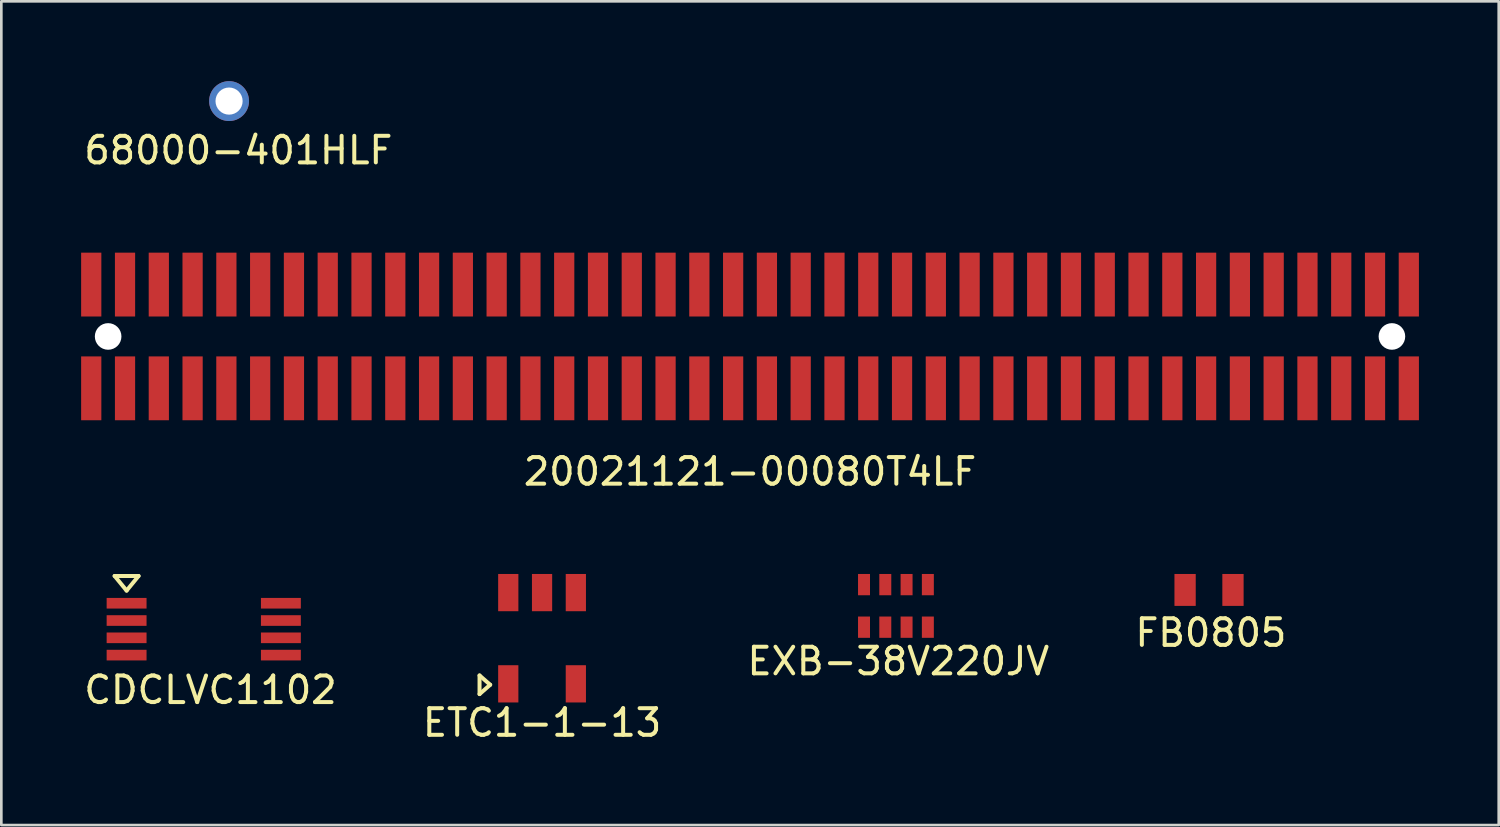
<source format=kicad_pcb>
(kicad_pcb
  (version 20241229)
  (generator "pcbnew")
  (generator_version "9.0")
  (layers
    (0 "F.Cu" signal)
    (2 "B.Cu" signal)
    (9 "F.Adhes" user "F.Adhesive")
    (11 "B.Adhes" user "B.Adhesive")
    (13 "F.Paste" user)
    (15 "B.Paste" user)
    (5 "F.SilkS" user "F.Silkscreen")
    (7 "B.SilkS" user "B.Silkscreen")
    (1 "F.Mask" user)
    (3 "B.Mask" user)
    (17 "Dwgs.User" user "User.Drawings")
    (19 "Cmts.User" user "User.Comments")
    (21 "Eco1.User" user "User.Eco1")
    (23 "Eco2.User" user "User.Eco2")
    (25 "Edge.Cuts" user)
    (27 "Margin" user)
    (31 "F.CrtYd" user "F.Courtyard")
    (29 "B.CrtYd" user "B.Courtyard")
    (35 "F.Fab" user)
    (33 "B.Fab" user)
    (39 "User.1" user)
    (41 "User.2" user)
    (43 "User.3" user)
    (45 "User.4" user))
  (footprint "20021121-00080T4LF"
    (layer "F.Cu")
    (at 25.145 9.598)
    (property "Reference" "20021121-00080T4LF" (at 0 5.08 0) (layer "F.SilkS") (effects (font (size 1 1) (thickness 0.15))))
    (attr smd)
    (pad "" np_thru_hole circle (at -24.13 0) (size 1 1) (drill 1) (layers "*.Cu" "*.Mask"))
    (pad "" np_thru_hole circle (at 24.13 0) (size 1 1) (drill 1) (layers "*.Cu" "*.Mask"))
    (pad "1" smd rect (at -24.765 -1.95) (size 0.76 2.4) (layers "F.Cu" "F.Mask" "F.Paste"))
    (pad "2" smd rect (at -24.765 1.95) (size 0.76 2.4) (layers "F.Cu" "F.Mask" "F.Paste"))
    (pad "3" smd rect (at -23.495 -1.95) (size 0.76 2.4) (layers "F.Cu" "F.Mask" "F.Paste"))
    (pad "4" smd rect (at -23.495 1.95) (size 0.76 2.4) (layers "F.Cu" "F.Mask" "F.Paste"))
    (pad "5" smd rect (at -22.225 -1.95) (size 0.76 2.4) (layers "F.Cu" "F.Mask" "F.Paste"))
    (pad "6" smd rect (at -22.225 1.95) (size 0.76 2.4) (layers "F.Cu" "F.Mask" "F.Paste"))
    (pad "7" smd rect (at -20.955 -1.95) (size 0.76 2.4) (layers "F.Cu" "F.Mask" "F.Paste"))
    (pad "8" smd rect (at -20.955 1.95) (size 0.76 2.4) (layers "F.Cu" "F.Mask" "F.Paste"))
    (pad "9" smd rect (at -19.685 -1.95) (size 0.76 2.4) (layers "F.Cu" "F.Mask" "F.Paste"))
    (pad "10" smd rect (at -19.685 1.95) (size 0.76 2.4) (layers "F.Cu" "F.Mask" "F.Paste"))
    (pad "11" smd rect (at -18.415 -1.95) (size 0.76 2.4) (layers "F.Cu" "F.Mask" "F.Paste"))
    (pad "12" smd rect (at -18.415 1.95) (size 0.76 2.4) (layers "F.Cu" "F.Mask" "F.Paste"))
    (pad "13" smd rect (at -17.145 -1.95) (size 0.76 2.4) (layers "F.Cu" "F.Mask" "F.Paste"))
    (pad "14" smd rect (at -17.145 1.95) (size 0.76 2.4) (layers "F.Cu" "F.Mask" "F.Paste"))
    (pad "15" smd rect (at -15.875 -1.95) (size 0.76 2.4) (layers "F.Cu" "F.Mask" "F.Paste"))
    (pad "16" smd rect (at -15.875 1.95) (size 0.76 2.4) (layers "F.Cu" "F.Mask" "F.Paste"))
    (pad "17" smd rect (at -14.605 -1.95) (size 0.76 2.4) (layers "F.Cu" "F.Mask" "F.Paste"))
    (pad "18" smd rect (at -14.605 1.95) (size 0.76 2.4) (layers "F.Cu" "F.Mask" "F.Paste"))
    (pad "19" smd rect (at -13.335 -1.95) (size 0.76 2.4) (layers "F.Cu" "F.Mask" "F.Paste"))
    (pad "20" smd rect (at -13.335 1.95) (size 0.76 2.4) (layers "F.Cu" "F.Mask" "F.Paste"))
    (pad "21" smd rect (at -12.065 -1.95) (size 0.76 2.4) (layers "F.Cu" "F.Mask" "F.Paste"))
    (pad "22" smd rect (at -12.065 1.95) (size 0.76 2.4) (layers "F.Cu" "F.Mask" "F.Paste"))
    (pad "23" smd rect (at -10.795 -1.95) (size 0.76 2.4) (layers "F.Cu" "F.Mask" "F.Paste"))
    (pad "24" smd rect (at -10.795 1.95) (size 0.76 2.4) (layers "F.Cu" "F.Mask" "F.Paste"))
    (pad "25" smd rect (at -9.525 -1.95) (size 0.76 2.4) (layers "F.Cu" "F.Mask" "F.Paste"))
    (pad "26" smd rect (at -9.525 1.95) (size 0.76 2.4) (layers "F.Cu" "F.Mask" "F.Paste"))
    (pad "27" smd rect (at -8.255 -1.95) (size 0.76 2.4) (layers "F.Cu" "F.Mask" "F.Paste"))
    (pad "28" smd rect (at -8.255 1.95) (size 0.76 2.4) (layers "F.Cu" "F.Mask" "F.Paste"))
    (pad "29" smd rect (at -6.985 -1.95) (size 0.76 2.4) (layers "F.Cu" "F.Mask" "F.Paste"))
    (pad "30" smd rect (at -6.985 1.95) (size 0.76 2.4) (layers "F.Cu" "F.Mask" "F.Paste"))
    (pad "31" smd rect (at -5.715 -1.95) (size 0.76 2.4) (layers "F.Cu" "F.Mask" "F.Paste"))
    (pad "32" smd rect (at -5.715 1.95) (size 0.76 2.4) (layers "F.Cu" "F.Mask" "F.Paste"))
    (pad "33" smd rect (at -4.445 -1.95) (size 0.76 2.4) (layers "F.Cu" "F.Mask" "F.Paste"))
    (pad "34" smd rect (at -4.445 1.95) (size 0.76 2.4) (layers "F.Cu" "F.Mask" "F.Paste"))
    (pad "35" smd rect (at -3.175 -1.95) (size 0.76 2.4) (layers "F.Cu" "F.Mask" "F.Paste"))
    (pad "36" smd rect (at -3.175 1.95) (size 0.76 2.4) (layers "F.Cu" "F.Mask" "F.Paste"))
    (pad "37" smd rect (at -1.905 -1.95) (size 0.76 2.4) (layers "F.Cu" "F.Mask" "F.Paste"))
    (pad "38" smd rect (at -1.905 1.95) (size 0.76 2.4) (layers "F.Cu" "F.Mask" "F.Paste"))
    (pad "39" smd rect (at -0.635 -1.95) (size 0.76 2.4) (layers "F.Cu" "F.Mask" "F.Paste"))
    (pad "40" smd rect (at -0.635 1.95) (size 0.76 2.4) (layers "F.Cu" "F.Mask" "F.Paste"))
    (pad "41" smd rect (at 0.635 -1.95) (size 0.76 2.4) (layers "F.Cu" "F.Mask" "F.Paste"))
    (pad "42" smd rect (at 0.635 1.95) (size 0.76 2.4) (layers "F.Cu" "F.Mask" "F.Paste"))
    (pad "43" smd rect (at 1.905 -1.95) (size 0.76 2.4) (layers "F.Cu" "F.Mask" "F.Paste"))
    (pad "44" smd rect (at 1.905 1.95) (size 0.76 2.4) (layers "F.Cu" "F.Mask" "F.Paste"))
    (pad "45" smd rect (at 3.175 -1.95) (size 0.76 2.4) (layers "F.Cu" "F.Mask" "F.Paste"))
    (pad "46" smd rect (at 3.175 1.95) (size 0.76 2.4) (layers "F.Cu" "F.Mask" "F.Paste"))
    (pad "47" smd rect (at 4.445 -1.95) (size 0.76 2.4) (layers "F.Cu" "F.Mask" "F.Paste"))
    (pad "48" smd rect (at 4.445 1.95) (size 0.76 2.4) (layers "F.Cu" "F.Mask" "F.Paste"))
    (pad "49" smd rect (at 5.715 -1.95) (size 0.76 2.4) (layers "F.Cu" "F.Mask" "F.Paste"))
    (pad "50" smd rect (at 5.715 1.95) (size 0.76 2.4) (layers "F.Cu" "F.Mask" "F.Paste"))
    (pad "51" smd rect (at 6.985 -1.95) (size 0.76 2.4) (layers "F.Cu" "F.Mask" "F.Paste"))
    (pad "52" smd rect (at 6.985 1.95) (size 0.76 2.4) (layers "F.Cu" "F.Mask" "F.Paste"))
    (pad "53" smd rect (at 8.255 -1.95) (size 0.76 2.4) (layers "F.Cu" "F.Mask" "F.Paste"))
    (pad "54" smd rect (at 8.255 1.95) (size 0.76 2.4) (layers "F.Cu" "F.Mask" "F.Paste"))
    (pad "55" smd rect (at 9.525 -1.95) (size 0.76 2.4) (layers "F.Cu" "F.Mask" "F.Paste"))
    (pad "56" smd rect (at 9.525 1.95) (size 0.76 2.4) (layers "F.Cu" "F.Mask" "F.Paste"))
    (pad "57" smd rect (at 10.795 -1.95) (size 0.76 2.4) (layers "F.Cu" "F.Mask" "F.Paste"))
    (pad "58" smd rect (at 10.795 1.95) (size 0.76 2.4) (layers "F.Cu" "F.Mask" "F.Paste"))
    (pad "59" smd rect (at 12.065 -1.95) (size 0.76 2.4) (layers "F.Cu" "F.Mask" "F.Paste"))
    (pad "60" smd rect (at 12.065 1.95) (size 0.76 2.4) (layers "F.Cu" "F.Mask" "F.Paste"))
    (pad "61" smd rect (at 13.335 -1.95) (size 0.76 2.4) (layers "F.Cu" "F.Mask" "F.Paste"))
    (pad "62" smd rect (at 13.335 1.95) (size 0.76 2.4) (layers "F.Cu" "F.Mask" "F.Paste"))
    (pad "63" smd rect (at 14.605 -1.95) (size 0.76 2.4) (layers "F.Cu" "F.Mask" "F.Paste"))
    (pad "64" smd rect (at 14.605 1.95) (size 0.76 2.4) (layers "F.Cu" "F.Mask" "F.Paste"))
    (pad "65" smd rect (at 15.875 -1.95) (size 0.76 2.4) (layers "F.Cu" "F.Mask" "F.Paste"))
    (pad "66" smd rect (at 15.875 1.95) (size 0.76 2.4) (layers "F.Cu" "F.Mask" "F.Paste"))
    (pad "67" smd rect (at 17.145 -1.95) (size 0.76 2.4) (layers "F.Cu" "F.Mask" "F.Paste"))
    (pad "68" smd rect (at 17.145 1.95) (size 0.76 2.4) (layers "F.Cu" "F.Mask" "F.Paste"))
    (pad "69" smd rect (at 18.415 -1.95) (size 0.76 2.4) (layers "F.Cu" "F.Mask" "F.Paste"))
    (pad "70" smd rect (at 18.415 1.95) (size 0.76 2.4) (layers "F.Cu" "F.Mask" "F.Paste"))
    (pad "71" smd rect (at 19.685 -1.95) (size 0.76 2.4) (layers "F.Cu" "F.Mask" "F.Paste"))
    (pad "72" smd rect (at 19.685 1.95) (size 0.76 2.4) (layers "F.Cu" "F.Mask" "F.Paste"))
    (pad "73" smd rect (at 20.955 -1.95) (size 0.76 2.4) (layers "F.Cu" "F.Mask" "F.Paste"))
    (pad "74" smd rect (at 20.955 1.95) (size 0.76 2.4) (layers "F.Cu" "F.Mask" "F.Paste"))
    (pad "75" smd rect (at 22.225 -1.95) (size 0.76 2.4) (layers "F.Cu" "F.Mask" "F.Paste"))
    (pad "76" smd rect (at 22.225 1.95) (size 0.76 2.4) (layers "F.Cu" "F.Mask" "F.Paste"))
    (pad "77" smd rect (at 23.495 -1.95) (size 0.76 2.4) (layers "F.Cu" "F.Mask" "F.Paste"))
    (pad "78" smd rect (at 23.495 1.95) (size 0.76 2.4) (layers "F.Cu" "F.Mask" "F.Paste"))
    (pad "79" smd rect (at 24.765 -1.95) (size 0.76 2.4) (layers "F.Cu" "F.Mask" "F.Paste"))
    (pad "80" smd rect (at 24.765 1.95) (size 0.76 2.4) (layers "F.Cu" "F.Mask" "F.Paste")))
  (footprint "CDCLVC1102"
    (layer "F.Cu")
    (at 4.609 20.602)
    (property "Reference" "CDCLVC1102" (at 0.254 2.286 0) (layer "F.SilkS") (effects (font (size 1 1) (thickness 0.15))))
    (attr smd)
    (fp_line (start -3.35 -2) (end -2.9 -1.45) (stroke (width 0.15) (type solid)) (layer "F.SilkS"))
    (fp_line (start -2.9 -1.45) (end -2.45 -2) (stroke (width 0.15) (type solid)) (layer "F.SilkS"))
    (fp_line (start -2.45 -2) (end -3.35 -2) (stroke (width 0.15) (type solid)) (layer "F.SilkS"))
    (pad "1" smd rect (at -2.9 -0.975) (size 1.5 0.4) (layers "F.Cu" "F.Mask" "F.Paste"))
    (pad "2" smd rect (at -2.9 -0.325) (size 1.5 0.4) (layers "F.Cu" "F.Mask" "F.Paste"))
    (pad "3" smd rect (at -2.9 0.325) (size 1.5 0.4) (layers "F.Cu" "F.Mask" "F.Paste"))
    (pad "4" smd rect (at -2.9 0.975) (size 1.5 0.4) (layers "F.Cu" "F.Mask" "F.Paste"))
    (pad "5" smd rect (at 2.9 0.975) (size 1.5 0.4) (layers "F.Cu" "F.Mask" "F.Paste"))
    (pad "6" smd rect (at 2.9 0.325) (size 1.5 0.4) (layers "F.Cu" "F.Mask" "F.Paste"))
    (pad "7" smd rect (at 2.9 -0.325) (size 1.5 0.4) (layers "F.Cu" "F.Mask" "F.Paste"))
    (pad "8" smd rect (at 2.9 -0.975) (size 1.5 0.4) (layers "F.Cu" "F.Mask" "F.Paste")))
  (footprint "FB0805"
    (layer "F.Cu")
    (at 42.4 19.127)
    (property "Reference" "FB0805" (at 0.07 1.61 0) (layer "F.SilkS") (effects (font (size 1 1) (thickness 0.15))))
    (attr smd)
    (pad "1" smd rect (at -0.9 0) (size 0.8 1.2) (layers "F.Cu" "F.Mask" "F.Paste"))
    (pad "2" smd rect (at 0.9 0) (size 0.8 1.2) (layers "F.Cu" "F.Mask" "F.Paste")))
  (footprint "ETC1-1-13"
    (layer "F.Cu")
    (at 17.327 20.942)
    (property "Reference" "ETC1-1-13" (at 0 3.175 0) (layer "F.SilkS") (effects (font (size 1 1) (thickness 0.15))))
    (attr smd)
    (fp_line (start -2.35 1.4) (end -2.35 2.1) (stroke (width 0.15) (type solid)) (layer "F.SilkS"))
    (fp_line (start -2.35 2.1) (end -1.95 1.75) (stroke (width 0.15) (type solid)) (layer "F.SilkS"))
    (fp_line (start -1.95 1.75) (end -2.35 1.4) (stroke (width 0.15) (type solid)) (layer "F.SilkS"))
    (pad "1" smd rect (at -1.27 1.715) (size 0.76 1.4) (layers "F.Cu" "F.Mask" "F.Paste"))
    (pad "2" smd rect (at 1.27 1.715) (size 0.76 1.4) (layers "F.Cu" "F.Mask" "F.Paste"))
    (pad "3" smd rect (at 1.27 -1.715) (size 0.76 1.4) (layers "F.Cu" "F.Mask" "F.Paste"))
    (pad "4" smd rect (at 0 -1.715) (size 0.76 1.4) (layers "F.Cu" "F.Mask" "F.Paste"))
    (pad "5" smd rect (at -1.27 -1.715) (size 0.76 1.4) (layers "F.Cu" "F.Mask" "F.Paste")))
  (footprint "68000-401HLF"
    (layer "F.Cu")
    (at 5.561 0.75)
    (property "Reference" "68000-401HLF" (at 0.35 1.85 0) (layer "F.SilkS") (effects (font (size 1 1) (thickness 0.15))))
    (attr through_hole)
    (pad "9" thru_hole circle (at 0 0) (size 1.5 1.5) (drill 1.02) (layers "*.Cu" "*.Mask")))
  (footprint "EXB-38V220JV"
    (layer "F.Cu")
    (at 30.63 19.727)
    (property "Reference" "EXB-38V220JV" (at 0.09 2.08 0) (layer "F.SilkS") (effects (font (size 1 1) (thickness 0.15))))
    (attr smd)
    (pad "1" smd rect (at -1.2 0.8) (size 0.45 0.8) (layers "F.Cu" "F.Mask" "F.Paste"))
    (pad "2" smd rect (at -0.4 0.8) (size 0.45 0.8) (layers "F.Cu" "F.Mask" "F.Paste"))
    (pad "3" smd rect (at 0.4 0.8) (size 0.45 0.8) (layers "F.Cu" "F.Mask" "F.Paste"))
    (pad "4" smd rect (at 1.2 0.8) (size 0.45 0.8) (layers "F.Cu" "F.Mask" "F.Paste"))
    (pad "5" smd rect (at 1.2 -0.8) (size 0.45 0.8) (layers "F.Cu" "F.Mask" "F.Paste"))
    (pad "6" smd rect (at 0.4 -0.8) (size 0.45 0.8) (layers "F.Cu" "F.Mask" "F.Paste"))
    (pad "7" smd rect (at -0.4 -0.8) (size 0.45 0.8) (layers "F.Cu" "F.Mask" "F.Paste"))
    (pad "8" smd rect (at -1.2 -0.8) (size 0.45 0.8) (layers "F.Cu" "F.Mask" "F.Paste")))
  (gr_rect
    (start -3 -3)
    (end 53.29 27.965)
    (stroke (width 0.1) (type default))
    (fill no)
    (layer "Edge.Cuts")))
</source>
